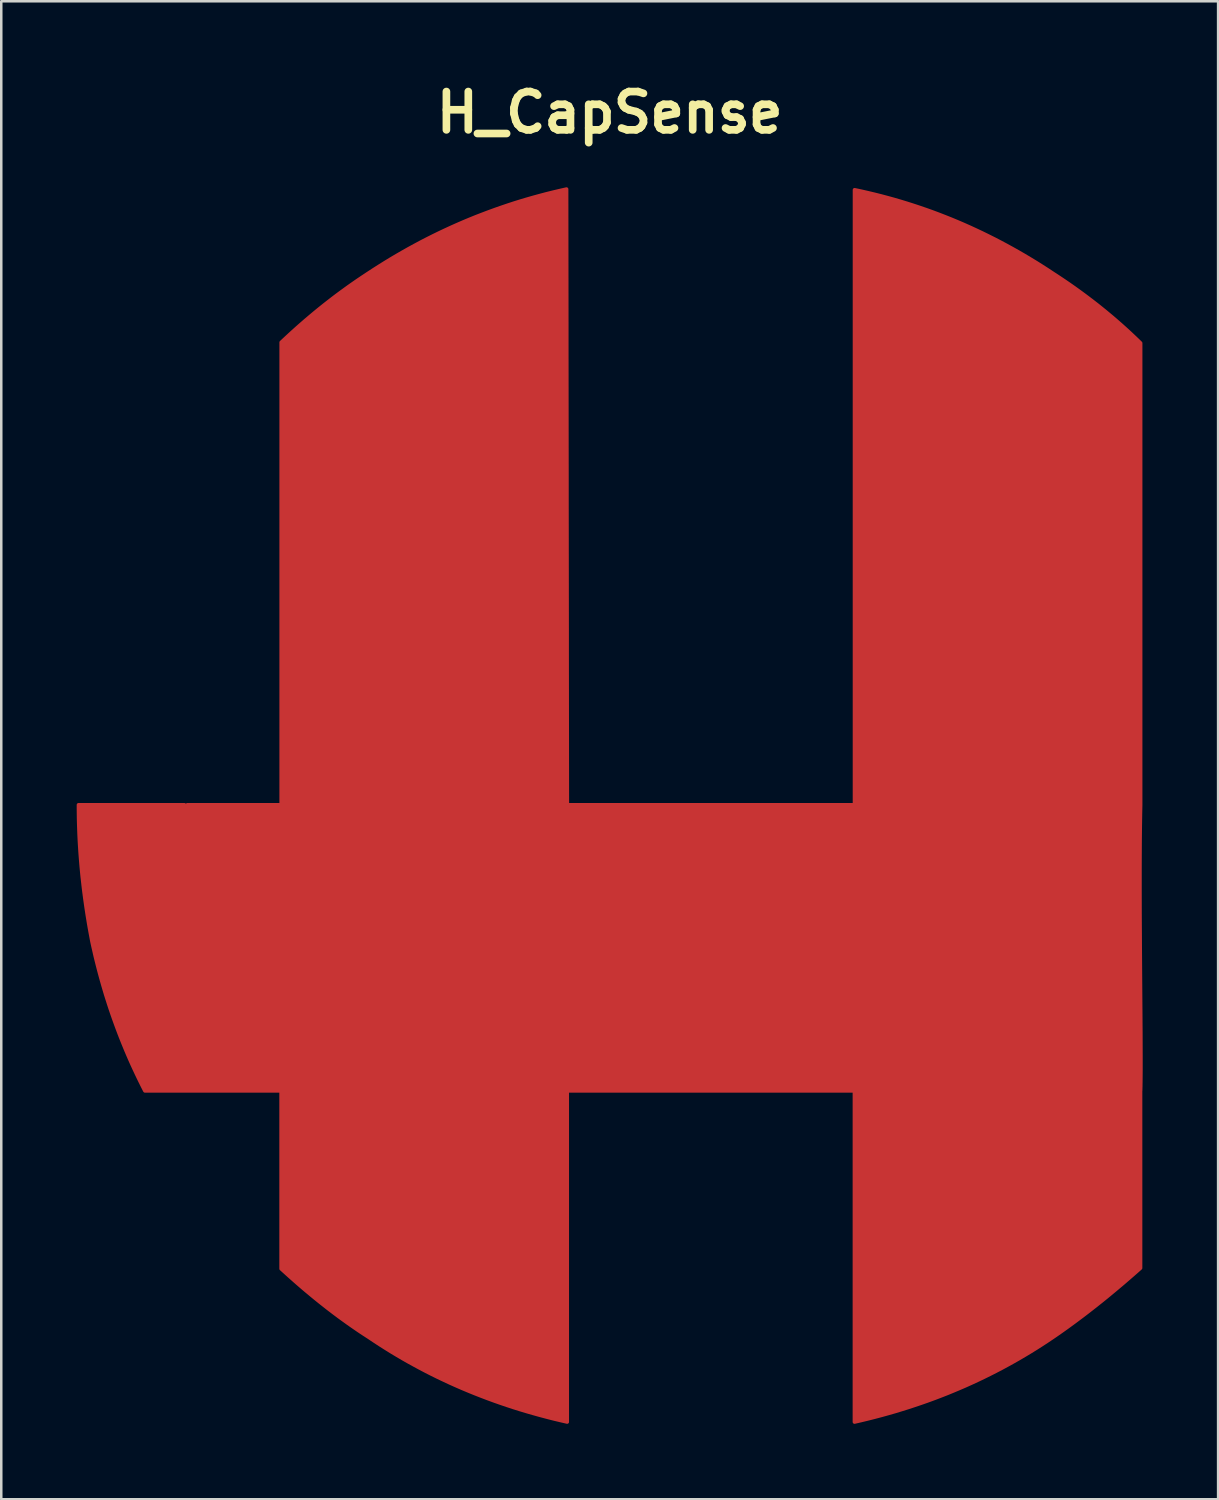
<source format=kicad_pcb>
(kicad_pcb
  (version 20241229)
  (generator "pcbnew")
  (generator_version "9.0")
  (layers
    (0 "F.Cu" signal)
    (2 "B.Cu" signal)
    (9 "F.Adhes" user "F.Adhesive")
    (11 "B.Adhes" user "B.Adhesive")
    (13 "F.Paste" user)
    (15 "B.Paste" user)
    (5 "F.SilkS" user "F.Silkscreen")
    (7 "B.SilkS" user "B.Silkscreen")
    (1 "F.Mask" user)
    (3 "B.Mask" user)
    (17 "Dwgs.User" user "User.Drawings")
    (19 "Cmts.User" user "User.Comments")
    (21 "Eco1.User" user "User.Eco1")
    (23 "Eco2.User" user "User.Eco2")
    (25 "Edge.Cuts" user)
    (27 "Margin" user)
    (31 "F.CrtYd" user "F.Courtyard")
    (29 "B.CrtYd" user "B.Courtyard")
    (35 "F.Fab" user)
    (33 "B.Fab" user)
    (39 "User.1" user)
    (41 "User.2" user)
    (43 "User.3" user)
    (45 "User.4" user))
  (footprint "H_CapSense"
    (layer "F.Cu")
    (at 21.202 28.993)
    (property "Reference" "H_CapSense" (at 0 -27.567 0) (layer "F.SilkS") (effects (font (size 1.524 1.524) (thickness 0.305))))
    (attr smd)
    (fp_poly (pts (xy 21.113 11.347) (xy 21.113 11.567) (xy 21.113 11.787) (xy 21.113 12.008) (xy 21.113 12.228) (xy 21.113 12.448) (xy 21.113 12.669) (xy 21.113 12.889) (xy 21.113 13.109) (xy 21.113 13.329) (xy 21.113 13.55) (xy 21.113 13.77) (xy 21.113 13.99) (xy 21.113 14.211) (xy 21.113 14.431) (xy 21.113 14.651) (xy 21.113 14.871) (xy 21.113 15.092) (xy 21.113 15.312) (xy 21.113 15.532) (xy 21.113 15.753) (xy 21.113 15.973) (xy 21.113 16.193) (xy 21.113 16.413) (xy 21.113 16.634) (xy 21.113 16.854) (xy 21.113 17.074) (xy 21.113 17.295) (xy 21.113 17.515) (xy 21.113 17.735) (xy 21.113 17.956) (xy 21.113 18.176) (xy 21.113 18.396) (xy 21.001 18.496) (xy 20.889 18.594) (xy 20.777 18.692) (xy 20.665 18.789) (xy 20.554 18.885) (xy 20.443 18.981) (xy 20.332 19.075) (xy 20.221 19.168) (xy 20.111 19.261) (xy 20 19.353) (xy 19.89 19.444) (xy 19.781 19.534) (xy 19.671 19.623) (xy 19.562 19.711) (xy 19.452 19.798) (xy 19.344 19.885) (xy 19.235 19.97) (xy 19.126 20.055) (xy 19.018 20.139) (xy 18.91 20.222) (xy 18.802 20.304) (xy 18.694 20.385) (xy 18.587 20.465) (xy 18.48 20.545) (xy 18.373 20.623) (xy 18.266 20.701) (xy 18.16 20.778) (xy 18.053 20.854) (xy 17.947 20.929) (xy 17.841 21.003) (xy 17.736 21.076) (xy 17.63 21.148) (xy 17.41 21.296) (xy 17.188 21.441) (xy 16.964 21.584) (xy 16.739 21.723) (xy 16.512 21.86) (xy 16.283 21.994) (xy 16.053 22.125) (xy 15.82 22.254) (xy 15.587 22.38) (xy 15.351 22.503) (xy 15.114 22.623) (xy 14.875 22.741) (xy 14.634 22.856) (xy 14.392 22.968) (xy 14.148 23.078) (xy 13.902 23.184) (xy 13.654 23.288) (xy 13.405 23.39) (xy 13.154 23.488) (xy 12.902 23.584) (xy 12.648 23.677) (xy 12.392 23.767) (xy 12.134 23.854) (xy 11.875 23.939) (xy 11.613 24.021) (xy 11.351 24.101) (xy 11.086 24.177) (xy 10.82 24.251) (xy 10.552 24.322) (xy 10.283 24.39) (xy 10.011 24.456) (xy 9.738 24.519) (xy 9.738 24.107) (xy 9.738 23.695) (xy 9.738 23.284) (xy 9.738 22.872) (xy 9.738 22.46) (xy 9.738 22.049) (xy 9.738 21.637) (xy 9.738 21.225) (xy 9.738 20.814) (xy 9.738 20.402) (xy 9.738 19.991) (xy 9.738 19.579) (xy 9.738 19.167) (xy 9.738 18.756) (xy 9.738 18.344) (xy 9.738 17.932) (xy 9.738 17.521) (xy 9.738 17.109) (xy 9.738 16.697) (xy 9.738 16.286) (xy 9.738 15.874) (xy 9.738 15.463) (xy 9.738 15.051) (xy 9.738 14.639) (xy 9.738 14.228) (xy 9.738 13.816) (xy 9.738 13.404) (xy 9.738 12.993) (xy 9.738 12.581) (xy 9.738 12.169) (xy 9.738 11.758) (xy 9.738 11.346) (xy 9.381 11.346) (xy 9.024 11.346) (xy 8.667 11.346) (xy 8.31 11.346) (xy 7.952 11.346) (xy 7.595 11.346) (xy 7.238 11.346) (xy 6.881 11.346) (xy 6.523 11.346) (xy 6.166 11.346) (xy 5.809 11.346) (xy 5.452 11.346) (xy 5.095 11.346) (xy 4.737 11.346) (xy 4.38 11.346) (xy 4.023 11.346) (xy 3.666 11.346) (xy 3.309 11.346) (xy 2.951 11.346) (xy 2.594 11.346) (xy 2.237 11.346) (xy 1.88 11.346) (xy 1.523 11.346) (xy 1.165 11.346) (xy 0.808 11.346) (xy 0.451 11.346) (xy 0.094 11.346) (xy -0.263 11.346) (xy -0.621 11.346) (xy -0.978 11.346) (xy -1.335 11.346) (xy -1.692 11.346) (xy -1.692 11.758) (xy -1.692 12.169) (xy -1.692 12.581) (xy -1.692 12.993) (xy -1.692 13.404) (xy -1.692 13.816) (xy -1.692 14.227) (xy -1.692 14.639) (xy -1.692 15.051) (xy -1.692 15.462) (xy -1.692 15.874) (xy -1.692 16.286) (xy -1.692 16.697) (xy -1.692 17.109) (xy -1.692 17.52) (xy -1.692 17.932) (xy -1.692 18.344) (xy -1.692 18.755) (xy -1.692 19.167) (xy -1.692 19.579) (xy -1.692 19.99) (xy -1.692 20.402) (xy -1.692 20.813) (xy -1.692 21.225) (xy -1.692 21.637) (xy -1.692 22.048) (xy -1.692 22.46) (xy -1.692 22.872) (xy -1.692 23.283) (xy -1.692 23.695) (xy -1.692 24.106) (xy -1.692 24.518) (xy -1.965 24.455) (xy -2.237 24.39) (xy -2.506 24.321) (xy -2.774 24.25) (xy -3.04 24.176) (xy -3.305 24.1) (xy -3.567 24.021) (xy -3.829 23.939) (xy -4.088 23.854) (xy -4.346 23.766) (xy -4.602 23.676) (xy -4.856 23.583) (xy -5.108 23.487) (xy -5.359 23.389) (xy -5.608 23.288) (xy -5.856 23.184) (xy -6.102 23.077) (xy -6.346 22.968) (xy -6.588 22.855) (xy -6.829 22.741) (xy -7.068 22.623) (xy -7.305 22.503) (xy -7.541 22.379) (xy -7.774 22.253) (xy -8.007 22.125) (xy -8.237 21.994) (xy -8.466 21.859) (xy -8.693 21.723) (xy -8.918 21.583) (xy -9.142 21.441) (xy -9.364 21.296) (xy -9.584 21.148) (xy -9.691 21.079) (xy -9.799 21.009) (xy -9.906 20.938) (xy -10.013 20.866) (xy -10.121 20.792) (xy -10.229 20.718) (xy -10.336 20.643) (xy -10.444 20.567) (xy -10.552 20.489) (xy -10.66 20.411) (xy -10.769 20.332) (xy -10.877 20.251) (xy -10.985 20.17) (xy -11.094 20.087) (xy -11.203 20.004) (xy -11.311 19.919) (xy -11.42 19.833) (xy -11.529 19.747) (xy -11.638 19.659) (xy -11.748 19.57) (xy -11.857 19.48) (xy -11.966 19.389) (xy -12.076 19.298) (xy -12.186 19.205) (xy -12.295 19.111) (xy -12.405 19.016) (xy -12.515 18.92) (xy -12.625 18.822) (xy -12.736 18.724) (xy -12.846 18.625) (xy -12.956 18.525) (xy -13.067 18.424) (xy -13.067 18.202) (xy -13.067 17.981) (xy -13.067 17.76) (xy -13.067 17.539) (xy -13.067 17.318) (xy -13.067 17.097) (xy -13.067 16.875) (xy -13.067 16.654) (xy -13.067 16.433) (xy -13.067 16.212) (xy -13.067 15.991) (xy -13.067 15.77) (xy -13.067 15.548) (xy -13.067 15.327) (xy -13.067 15.106) (xy -13.067 14.885) (xy -13.067 14.664) (xy -13.067 14.442) (xy -13.067 14.221) (xy -13.067 14) (xy -13.067 13.779) (xy -13.067 13.558) (xy -13.067 13.337) (xy -13.067 13.115) (xy -13.067 12.894) (xy -13.067 12.673) (xy -13.067 12.452) (xy -13.067 12.231) (xy -13.067 12.01) (xy -13.067 11.788) (xy -13.067 11.567) (xy -13.067 11.346) (xy -13.236 11.346) (xy -13.406 11.346) (xy -13.575 11.346) (xy -13.744 11.346) (xy -13.914 11.346) (xy -14.083 11.346) (xy -14.253 11.346) (xy -14.422 11.346) (xy -14.591 11.346) (xy -14.761 11.346) (xy -14.93 11.346) (xy -15.099 11.346) (xy -15.269 11.346) (xy -15.438 11.346) (xy -15.608 11.346) (xy -15.777 11.346) (xy -15.946 11.346) (xy -16.116 11.346) (xy -16.285 11.346) (xy -16.455 11.346) (xy -16.624 11.346) (xy -16.793 11.346) (xy -16.963 11.346) (xy -17.132 11.346) (xy -17.301 11.346) (xy -17.471 11.346) (xy -17.64 11.346) (xy -17.81 11.346) (xy -17.979 11.346) (xy -18.148 11.346) (xy -18.318 11.346) (xy -18.487 11.346) (xy -18.576 11.172) (xy -18.663 10.997) (xy -18.749 10.821) (xy -18.833 10.645) (xy -18.916 10.468) (xy -18.998 10.29) (xy -19.078 10.111) (xy -19.156 9.931) (xy -19.233 9.751) (xy -19.308 9.57) (xy -19.382 9.388) (xy -19.455 9.206) (xy -19.526 9.022) (xy -19.595 8.838) (xy -19.663 8.653) (xy -19.73 8.467) (xy -19.795 8.281) (xy -19.859 8.094) (xy -19.921 7.906) (xy -19.981 7.717) (xy -20.041 7.528) (xy -20.098 7.337) (xy -20.154 7.146) (xy -20.209 6.954) (xy -20.262 6.762) (xy -20.314 6.568) (xy -20.364 6.374) (xy -20.413 6.179) (xy -20.461 5.984) (xy -20.506 5.787) (xy -20.551 5.59) (xy -20.594 5.392) (xy -20.626 5.22) (xy -20.658 5.048) (xy -20.689 4.877) (xy -20.719 4.705) (xy -20.747 4.534) (xy -20.775 4.363) (xy -20.801 4.192) (xy -20.827 4.021) (xy -20.851 3.85) (xy -20.875 3.68) (xy -20.897 3.51) (xy -20.919 3.34) (xy -20.939 3.17) (xy -20.958 3) (xy -20.977 2.83) (xy -20.994 2.661) (xy -21.01 2.491) (xy -21.025 2.322) (xy -21.039 2.153) (xy -21.052 1.985) (xy -21.064 1.816) (xy -21.075 1.647) (xy -21.085 1.479) (xy -21.094 1.311) (xy -21.102 1.143) (xy -21.108 0.975) (xy -21.114 0.808) (xy -21.119 0.64) (xy -21.123 0.473) (xy -21.125 0.305) (xy -21.127 0.138) (xy -21.127 -0.028) (xy -20.996 -0.028) (xy -20.864 -0.028) (xy -20.732 -0.028) (xy -20.601 -0.028) (xy -20.469 -0.028) (xy -20.337 -0.028) (xy -20.206 -0.028) (xy -20.074 -0.028) (xy -19.942 -0.028) (xy -19.811 -0.028) (xy -19.679 -0.028) (xy -19.547 -0.028) (xy -19.416 -0.028) (xy -19.284 -0.028) (xy -19.153 -0.028) (xy -19.021 -0.028) (xy -18.889 -0.028) (xy -18.758 -0.028) (xy -18.626 -0.028) (xy -18.494 -0.028) (xy -18.363 -0.028) (xy -18.231 -0.028) (xy -18.099 -0.028) (xy -17.968 -0.028) (xy -17.836 -0.028) (xy -17.704 -0.028) (xy -17.573 -0.028) (xy -17.441 -0.028) (xy -17.309 -0.028) (xy -17.178 -0.028) (xy -17.046 -0.028) (xy -16.915 -0.028) (xy -16.913 -0.025) (xy -16.911 -0.022) (xy -16.909 -0.019) (xy -16.907 -0.016) (xy -16.906 -0.013) (xy -16.904 -0.01) (xy -16.902 -0.007) (xy -16.9 -0.004) (xy -16.898 -0.001) (xy -16.897 0.002) (xy -16.895 0.005) (xy -16.893 0.008) (xy -16.891 0.011) (xy -16.889 0.014) (xy -16.888 0.017) (xy -16.886 0.02) (xy -16.884 0.023) (xy -16.882 0.026) (xy -16.88 0.029) (xy -16.879 0.032) (xy -16.877 0.035) (xy -16.875 0.038) (xy -16.873 0.041) (xy -16.871 0.044) (xy -16.87 0.047) (xy -16.868 0.05) (xy -16.866 0.053) (xy -16.864 0.056) (xy -16.862 0.059) (xy -16.861 0.062) (xy -16.859 0.065) (xy -16.857 0.068) (xy -16.855 0.065) (xy -16.853 0.062) (xy -16.852 0.059) (xy -16.85 0.056) (xy -16.848 0.053) (xy -16.846 0.05) (xy -16.844 0.047) (xy -16.843 0.044) (xy -16.841 0.041) (xy -16.839 0.038) (xy -16.837 0.035) (xy -16.835 0.032) (xy -16.834 0.029) (xy -16.832 0.026) (xy -16.83 0.023) (xy -16.828 0.02) (xy -16.826 0.017) (xy -16.825 0.014) (xy -16.823 0.011) (xy -16.821 0.008) (xy -16.819 0.005) (xy -16.817 0.002) (xy -16.816 -0.001) (xy -16.814 -0.004) (xy -16.812 -0.007) (xy -16.81 -0.01) (xy -16.808 -0.013) (xy -16.807 -0.016) (xy -16.805 -0.019) (xy -16.803 -0.022) (xy -16.801 -0.025) (xy -16.799 -0.028) (xy -16.683 -0.028) (xy -16.566 -0.028) (xy -16.449 -0.028) (xy -16.332 -0.028) (xy -16.216 -0.028) (xy -16.099 -0.028) (xy -15.982 -0.028) (xy -15.865 -0.028) (xy -15.749 -0.028) (xy -15.632 -0.028) (xy -15.515 -0.028) (xy -15.399 -0.028) (xy -15.282 -0.028) (xy -15.165 -0.028) (xy -15.048 -0.028) (xy -14.932 -0.028) (xy -14.815 -0.028) (xy -14.698 -0.028) (xy -14.581 -0.028) (xy -14.465 -0.028) (xy -14.348 -0.028) (xy -14.231 -0.028) (xy -14.115 -0.028) (xy -13.998 -0.028) (xy -13.881 -0.028) (xy -13.764 -0.028) (xy -13.648 -0.028) (xy -13.531 -0.028) (xy -13.414 -0.028) (xy -13.297 -0.028) (xy -13.181 -0.028) (xy -13.064 -0.028) (xy -13.064 -0.603) (xy -13.064 -1.178) (xy -13.064 -1.753) (xy -13.064 -2.328) (xy -13.064 -2.903) (xy -13.064 -3.478) (xy -13.064 -4.052) (xy -13.064 -4.627) (xy -13.064 -5.202) (xy -13.064 -5.777) (xy -13.064 -6.352) (xy -13.064 -6.927) (xy -13.064 -7.502) (xy -13.064 -8.077) (xy -13.064 -8.651) (xy -13.064 -9.226) (xy -13.064 -9.801) (xy -13.064 -10.376) (xy -13.064 -10.951) (xy -13.064 -11.526) (xy -13.064 -12.101) (xy -13.064 -12.675) (xy -13.064 -13.25) (xy -13.064 -13.825) (xy -13.064 -14.4) (xy -13.064 -14.975) (xy -13.064 -15.55) (xy -13.064 -16.125) (xy -13.064 -16.7) (xy -13.064 -17.274) (xy -13.064 -17.849) (xy -13.064 -18.424) (xy -12.96 -18.522) (xy -12.856 -18.619) (xy -12.752 -18.715) (xy -12.648 -18.811) (xy -12.543 -18.905) (xy -12.439 -18.999) (xy -12.334 -19.092) (xy -12.228 -19.184) (xy -12.123 -19.276) (xy -12.017 -19.366) (xy -11.911 -19.456) (xy -11.805 -19.545) (xy -11.699 -19.633) (xy -11.593 -19.72) (xy -11.486 -19.806) (xy -11.379 -19.892) (xy -11.272 -19.976) (xy -11.164 -20.06) (xy -11.057 -20.143) (xy -10.949 -20.226) (xy -10.841 -20.307) (xy -10.732 -20.388) (xy -10.624 -20.467) (xy -10.515 -20.546) (xy -10.406 -20.625) (xy -10.297 -20.702) (xy -10.188 -20.778) (xy -10.078 -20.854) (xy -9.968 -20.929) (xy -9.858 -21.003) (xy -9.748 -21.076) (xy -9.638 -21.149) (xy -9.407 -21.3) (xy -9.175 -21.448) (xy -8.943 -21.593) (xy -8.709 -21.736) (xy -8.474 -21.875) (xy -8.238 -22.011) (xy -8.001 -22.145) (xy -7.763 -22.275) (xy -7.524 -22.403) (xy -7.283 -22.528) (xy -7.042 -22.649) (xy -6.799 -22.768) (xy -6.555 -22.884) (xy -6.311 -22.996) (xy -6.065 -23.106) (xy -5.818 -23.213) (xy -5.57 -23.317) (xy -5.321 -23.418) (xy -5.07 -23.515) (xy -4.819 -23.61) (xy -4.567 -23.702) (xy -4.313 -23.791) (xy -4.059 -23.877) (xy -3.803 -23.961) (xy -3.546 -24.041) (xy -3.288 -24.118) (xy -3.029 -24.192) (xy -2.769 -24.263) (xy -2.508 -24.332) (xy -2.245 -24.397) (xy -1.982 -24.459) (xy -1.718 -24.519) (xy -1.717 -23.753) (xy -1.716 -22.988) (xy -1.715 -22.223) (xy -1.714 -21.457) (xy -1.713 -20.692) (xy -1.712 -19.927) (xy -1.711 -19.161) (xy -1.711 -18.396) (xy -1.71 -17.631) (xy -1.709 -16.865) (xy -1.708 -16.1) (xy -1.707 -15.335) (xy -1.706 -14.569) (xy -1.705 -13.804) (xy -1.704 -13.039) (xy -1.704 -12.273) (xy -1.703 -11.508) (xy -1.702 -10.743) (xy -1.701 -9.978) (xy -1.7 -9.212) (xy -1.699 -8.447) (xy -1.698 -7.682) (xy -1.697 -6.916) (xy -1.697 -6.151) (xy -1.696 -5.386) (xy -1.695 -4.62) (xy -1.694 -3.855) (xy -1.693 -3.09) (xy -1.692 -2.324) (xy -1.691 -1.559) (xy -1.69 -0.794) (xy -1.689 -0.028) (xy -1.332 -0.028) (xy -0.975 -0.028) (xy -0.618 -0.028) (xy -0.261 -0.028) (xy 0.097 -0.028) (xy 0.454 -0.028) (xy 0.811 -0.028) (xy 1.168 -0.028) (xy 1.525 -0.028) (xy 1.883 -0.028) (xy 2.24 -0.028) (xy 2.597 -0.028) (xy 2.954 -0.028) (xy 3.311 -0.028) (xy 3.669 -0.028) (xy 4.026 -0.028) (xy 4.383 -0.028) (xy 4.74 -0.028) (xy 5.097 -0.028) (xy 5.455 -0.028) (xy 5.812 -0.028) (xy 6.169 -0.028) (xy 6.526 -0.028) (xy 6.883 -0.028) (xy 7.241 -0.028) (xy 7.598 -0.028) (xy 7.955 -0.028) (xy 8.312 -0.028) (xy 8.67 -0.028) (xy 9.027 -0.028) (xy 9.384 -0.028) (xy 9.741 -0.028) (xy 9.741 -0.793) (xy 9.741 -1.557) (xy 9.741 -2.322) (xy 9.741 -3.086) (xy 9.741 -3.851) (xy 9.741 -4.615) (xy 9.741 -5.379) (xy 9.741 -6.144) (xy 9.741 -6.908) (xy 9.741 -7.673) (xy 9.741 -8.437) (xy 9.741 -9.202) (xy 9.741 -9.966) (xy 9.741 -10.731) (xy 9.741 -11.495) (xy 9.741 -12.259) (xy 9.741 -13.024) (xy 9.741 -13.788) (xy 9.741 -14.553) (xy 9.741 -15.317) (xy 9.741 -16.082) (xy 9.741 -16.846) (xy 9.741 -17.611) (xy 9.741 -18.375) (xy 9.741 -19.139) (xy 9.741 -19.904) (xy 9.741 -20.668) (xy 9.741 -21.433) (xy 9.741 -22.197) (xy 9.741 -22.962) (xy 9.741 -23.726) (xy 9.741 -24.491) (xy 10.004 -24.435) (xy 10.266 -24.375) (xy 10.527 -24.313) (xy 10.786 -24.248) (xy 11.045 -24.179) (xy 11.303 -24.108) (xy 11.56 -24.033) (xy 11.816 -23.955) (xy 12.071 -23.874) (xy 12.325 -23.79) (xy 12.578 -23.703) (xy 12.83 -23.613) (xy 13.081 -23.519) (xy 13.331 -23.422) (xy 13.58 -23.323) (xy 13.828 -23.22) (xy 14.075 -23.114) (xy 14.321 -23.005) (xy 14.566 -22.892) (xy 14.81 -22.777) (xy 15.053 -22.658) (xy 15.295 -22.537) (xy 15.536 -22.412) (xy 15.776 -22.284) (xy 16.015 -22.153) (xy 16.253 -22.019) (xy 16.49 -21.882) (xy 16.726 -21.741) (xy 16.962 -21.598) (xy 17.196 -21.451) (xy 17.429 -21.301) (xy 17.661 -21.148) (xy 17.78 -21.071) (xy 17.898 -20.993) (xy 18.016 -20.914) (xy 18.133 -20.835) (xy 18.249 -20.756) (xy 18.365 -20.675) (xy 18.479 -20.595) (xy 18.593 -20.513) (xy 18.707 -20.431) (xy 18.819 -20.349) (xy 18.931 -20.266) (xy 19.042 -20.182) (xy 19.153 -20.098) (xy 19.262 -20.014) (xy 19.372 -19.929) (xy 19.48 -19.843) (xy 19.587 -19.757) (xy 19.694 -19.67) (xy 19.8 -19.582) (xy 19.906 -19.494) (xy 20.011 -19.406) (xy 20.115 -19.317) (xy 20.218 -19.227) (xy 20.321 -19.137) (xy 20.422 -19.047) (xy 20.524 -18.955) (xy 20.624 -18.864) (xy 20.724 -18.771) (xy 20.823 -18.678) (xy 20.921 -18.585) (xy 21.019 -18.491) (xy 21.116 -18.396) (xy 21.116 -17.822) (xy 21.116 -17.248) (xy 21.116 -16.674) (xy 21.116 -16.1) (xy 21.116 -15.527) (xy 21.116 -14.953) (xy 21.116 -14.379) (xy 21.116 -13.805) (xy 21.116 -13.231) (xy 21.116 -12.657) (xy 21.116 -12.083) (xy 21.116 -11.509) (xy 21.116 -10.935) (xy 21.116 -10.361) (xy 21.116 -9.787) (xy 21.116 -9.213) (xy 21.116 -8.639) (xy 21.116 -8.065) (xy 21.116 -7.491) (xy 21.116 -6.917) (xy 21.116 -6.343) (xy 21.116 -5.769) (xy 21.116 -5.195) (xy 21.116 -4.621) (xy 21.116 -4.047) (xy 21.116 -3.473) (xy 21.116 -2.899) (xy 21.116 -2.325) (xy 21.116 -1.751) (xy 21.116 -1.177) (xy 21.116 -0.603) (xy 21.116 -0.029) (xy 21.109 0.308) (xy 21.103 0.659) (xy 21.098 1.023) (xy 21.094 1.399) (xy 21.092 1.785) (xy 21.09 2.18) (xy 21.089 2.582) (xy 21.089 2.991) (xy 21.089 3.406) (xy 21.09 3.824) (xy 21.091 4.244) (xy 21.093 4.666) (xy 21.096 5.088) (xy 21.098 5.508) (xy 21.101 5.925) (xy 21.104 6.339) (xy 21.107 6.747) (xy 21.11 7.149) (xy 21.113 7.542) (xy 21.116 7.927) (xy 21.119 8.301) (xy 21.121 8.663) (xy 21.124 9.012) (xy 21.125 9.346) (xy 21.126 9.665) (xy 21.127 9.967) (xy 21.127 10.25) (xy 21.127 10.514) (xy 21.125 10.757) (xy 21.123 10.977) (xy 21.12 11.174) (xy 21.115 11.346) (xy 21.113 11.347)) (stroke (width 0.149) (type solid)) (fill yes) (layer "F.Cu"))
    (fp_poly (pts (xy 21.113 11.347) (xy 21.113 11.567) (xy 21.113 11.787) (xy 21.113 12.008) (xy 21.113 12.228) (xy 21.113 12.448) (xy 21.113 12.669) (xy 21.113 12.889) (xy 21.113 13.109) (xy 21.113 13.329) (xy 21.113 13.55) (xy 21.113 13.77) (xy 21.113 13.99) (xy 21.113 14.211) (xy 21.113 14.431) (xy 21.113 14.651) (xy 21.113 14.871) (xy 21.113 15.092) (xy 21.113 15.312) (xy 21.113 15.532) (xy 21.113 15.753) (xy 21.113 15.973) (xy 21.113 16.193) (xy 21.113 16.413) (xy 21.113 16.634) (xy 21.113 16.854) (xy 21.113 17.074) (xy 21.113 17.295) (xy 21.113 17.515) (xy 21.113 17.735) (xy 21.113 17.956) (xy 21.113 18.176) (xy 21.113 18.396) (xy 21.001 18.496) (xy 20.889 18.594) (xy 20.777 18.692) (xy 20.665 18.789) (xy 20.554 18.885) (xy 20.443 18.981) (xy 20.332 19.075) (xy 20.221 19.168) (xy 20.111 19.261) (xy 20 19.353) (xy 19.89 19.444) (xy 19.781 19.534) (xy 19.671 19.623) (xy 19.562 19.711) (xy 19.452 19.798) (xy 19.344 19.885) (xy 19.235 19.97) (xy 19.126 20.055) (xy 19.018 20.139) (xy 18.91 20.222) (xy 18.802 20.304) (xy 18.694 20.385) (xy 18.587 20.465) (xy 18.48 20.545) (xy 18.373 20.623) (xy 18.266 20.701) (xy 18.16 20.778) (xy 18.053 20.854) (xy 17.947 20.929) (xy 17.841 21.003) (xy 17.736 21.076) (xy 17.63 21.148) (xy 17.41 21.296) (xy 17.188 21.441) (xy 16.964 21.584) (xy 16.739 21.723) (xy 16.512 21.86) (xy 16.283 21.994) (xy 16.053 22.125) (xy 15.82 22.254) (xy 15.587 22.38) (xy 15.351 22.503) (xy 15.114 22.623) (xy 14.875 22.741) (xy 14.634 22.856) (xy 14.392 22.968) (xy 14.148 23.078) (xy 13.902 23.184) (xy 13.654 23.288) (xy 13.405 23.39) (xy 13.154 23.488) (xy 12.902 23.584) (xy 12.648 23.677) (xy 12.392 23.767) (xy 12.134 23.854) (xy 11.875 23.939) (xy 11.613 24.021) (xy 11.351 24.101) (xy 11.086 24.177) (xy 10.82 24.251) (xy 10.552 24.322) (xy 10.283 24.39) (xy 10.011 24.456) (xy 9.738 24.519) (xy 9.738 24.107) (xy 9.738 23.695) (xy 9.738 23.284) (xy 9.738 22.872) (xy 9.738 22.46) (xy 9.738 22.049) (xy 9.738 21.637) (xy 9.738 21.225) (xy 9.738 20.814) (xy 9.738 20.402) (xy 9.738 19.991) (xy 9.738 19.579) (xy 9.738 19.167) (xy 9.738 18.756) (xy 9.738 18.344) (xy 9.738 17.932) (xy 9.738 17.521) (xy 9.738 17.109) (xy 9.738 16.697) (xy 9.738 16.286) (xy 9.738 15.874) (xy 9.738 15.463) (xy 9.738 15.051) (xy 9.738 14.639) (xy 9.738 14.228) (xy 9.738 13.816) (xy 9.738 13.404) (xy 9.738 12.993) (xy 9.738 12.581) (xy 9.738 12.169) (xy 9.738 11.758) (xy 9.738 11.346) (xy 9.381 11.346) (xy 9.024 11.346) (xy 8.667 11.346) (xy 8.31 11.346) (xy 7.952 11.346) (xy 7.595 11.346) (xy 7.238 11.346) (xy 6.881 11.346) (xy 6.523 11.346) (xy 6.166 11.346) (xy 5.809 11.346) (xy 5.452 11.346) (xy 5.095 11.346) (xy 4.737 11.346) (xy 4.38 11.346) (xy 4.023 11.346) (xy 3.666 11.346) (xy 3.309 11.346) (xy 2.951 11.346) (xy 2.594 11.346) (xy 2.237 11.346) (xy 1.88 11.346) (xy 1.523 11.346) (xy 1.165 11.346) (xy 0.808 11.346) (xy 0.451 11.346) (xy 0.094 11.346) (xy -0.263 11.346) (xy -0.621 11.346) (xy -0.978 11.346) (xy -1.335 11.346) (xy -1.692 11.346) (xy -1.692 11.758) (xy -1.692 12.169) (xy -1.692 12.581) (xy -1.692 12.993) (xy -1.692 13.404) (xy -1.692 13.816) (xy -1.692 14.227) (xy -1.692 14.639) (xy -1.692 15.051) (xy -1.692 15.462) (xy -1.692 15.874) (xy -1.692 16.286) (xy -1.692 16.697) (xy -1.692 17.109) (xy -1.692 17.52) (xy -1.692 17.932) (xy -1.692 18.344) (xy -1.692 18.755) (xy -1.692 19.167) (xy -1.692 19.579) (xy -1.692 19.99) (xy -1.692 20.402) (xy -1.692 20.813) (xy -1.692 21.225) (xy -1.692 21.637) (xy -1.692 22.048) (xy -1.692 22.46) (xy -1.692 22.872) (xy -1.692 23.283) (xy -1.692 23.695) (xy -1.692 24.106) (xy -1.692 24.518) (xy -1.965 24.455) (xy -2.237 24.39) (xy -2.506 24.321) (xy -2.774 24.25) (xy -3.04 24.176) (xy -3.305 24.1) (xy -3.567 24.021) (xy -3.829 23.939) (xy -4.088 23.854) (xy -4.346 23.766) (xy -4.602 23.676) (xy -4.856 23.583) (xy -5.108 23.487) (xy -5.359 23.389) (xy -5.608 23.288) (xy -5.856 23.184) (xy -6.102 23.077) (xy -6.346 22.968) (xy -6.588 22.855) (xy -6.829 22.741) (xy -7.068 22.623) (xy -7.305 22.503) (xy -7.541 22.379) (xy -7.774 22.253) (xy -8.007 22.125) (xy -8.237 21.994) (xy -8.466 21.859) (xy -8.693 21.723) (xy -8.918 21.583) (xy -9.142 21.441) (xy -9.364 21.296) (xy -9.584 21.148) (xy -9.691 21.079) (xy -9.799 21.009) (xy -9.906 20.938) (xy -10.013 20.866) (xy -10.121 20.792) (xy -10.229 20.718) (xy -10.336 20.643) (xy -10.444 20.567) (xy -10.552 20.489) (xy -10.66 20.411) (xy -10.769 20.332) (xy -10.877 20.251) (xy -10.985 20.17) (xy -11.094 20.087) (xy -11.203 20.004) (xy -11.311 19.919) (xy -11.42 19.833) (xy -11.529 19.747) (xy -11.638 19.659) (xy -11.748 19.57) (xy -11.857 19.48) (xy -11.966 19.389) (xy -12.076 19.298) (xy -12.186 19.205) (xy -12.295 19.111) (xy -12.405 19.016) (xy -12.515 18.92) (xy -12.625 18.822) (xy -12.736 18.724) (xy -12.846 18.625) (xy -12.956 18.525) (xy -13.067 18.424) (xy -13.067 18.202) (xy -13.067 17.981) (xy -13.067 17.76) (xy -13.067 17.539) (xy -13.067 17.318) (xy -13.067 17.097) (xy -13.067 16.875) (xy -13.067 16.654) (xy -13.067 16.433) (xy -13.067 16.212) (xy -13.067 15.991) (xy -13.067 15.77) (xy -13.067 15.548) (xy -13.067 15.327) (xy -13.067 15.106) (xy -13.067 14.885) (xy -13.067 14.664) (xy -13.067 14.442) (xy -13.067 14.221) (xy -13.067 14) (xy -13.067 13.779) (xy -13.067 13.558) (xy -13.067 13.337) (xy -13.067 13.115) (xy -13.067 12.894) (xy -13.067 12.673) (xy -13.067 12.452) (xy -13.067 12.231) (xy -13.067 12.01) (xy -13.067 11.788) (xy -13.067 11.567) (xy -13.067 11.346) (xy -13.236 11.346) (xy -13.406 11.346) (xy -13.575 11.346) (xy -13.744 11.346) (xy -13.914 11.346) (xy -14.083 11.346) (xy -14.253 11.346) (xy -14.422 11.346) (xy -14.591 11.346) (xy -14.761 11.346) (xy -14.93 11.346) (xy -15.099 11.346) (xy -15.269 11.346) (xy -15.438 11.346) (xy -15.608 11.346) (xy -15.777 11.346) (xy -15.946 11.346) (xy -16.116 11.346) (xy -16.285 11.346) (xy -16.455 11.346) (xy -16.624 11.346) (xy -16.793 11.346) (xy -16.963 11.346) (xy -17.132 11.346) (xy -17.301 11.346) (xy -17.471 11.346) (xy -17.64 11.346) (xy -17.81 11.346) (xy -17.979 11.346) (xy -18.148 11.346) (xy -18.318 11.346) (xy -18.487 11.346) (xy -18.576 11.172) (xy -18.663 10.997) (xy -18.749 10.821) (xy -18.833 10.645) (xy -18.916 10.468) (xy -18.998 10.29) (xy -19.078 10.111) (xy -19.156 9.931) (xy -19.233 9.751) (xy -19.308 9.57) (xy -19.382 9.388) (xy -19.455 9.206) (xy -19.526 9.022) (xy -19.595 8.838) (xy -19.663 8.653) (xy -19.73 8.467) (xy -19.795 8.281) (xy -19.859 8.094) (xy -19.921 7.906) (xy -19.981 7.717) (xy -20.041 7.528) (xy -20.098 7.337) (xy -20.154 7.146) (xy -20.209 6.954) (xy -20.262 6.762) (xy -20.314 6.568) (xy -20.364 6.374) (xy -20.413 6.179) (xy -20.461 5.984) (xy -20.506 5.787) (xy -20.551 5.59) (xy -20.594 5.392) (xy -20.626 5.22) (xy -20.658 5.048) (xy -20.689 4.877) (xy -20.719 4.705) (xy -20.747 4.534) (xy -20.775 4.363) (xy -20.801 4.192) (xy -20.827 4.021) (xy -20.851 3.85) (xy -20.875 3.68) (xy -20.897 3.51) (xy -20.919 3.34) (xy -20.939 3.17) (xy -20.958 3) (xy -20.977 2.83) (xy -20.994 2.661) (xy -21.01 2.491) (xy -21.025 2.322) (xy -21.039 2.153) (xy -21.052 1.985) (xy -21.064 1.816) (xy -21.075 1.647) (xy -21.085 1.479) (xy -21.094 1.311) (xy -21.102 1.143) (xy -21.108 0.975) (xy -21.114 0.808) (xy -21.119 0.64) (xy -21.123 0.473) (xy -21.125 0.305) (xy -21.127 0.138) (xy -21.127 -0.028) (xy -20.996 -0.028) (xy -20.864 -0.028) (xy -20.732 -0.028) (xy -20.601 -0.028) (xy -20.469 -0.028) (xy -20.337 -0.028) (xy -20.206 -0.028) (xy -20.074 -0.028) (xy -19.942 -0.028) (xy -19.811 -0.028) (xy -19.679 -0.028) (xy -19.547 -0.028) (xy -19.416 -0.028) (xy -19.284 -0.028) (xy -19.153 -0.028) (xy -19.021 -0.028) (xy -18.889 -0.028) (xy -18.758 -0.028) (xy -18.626 -0.028) (xy -18.494 -0.028) (xy -18.363 -0.028) (xy -18.231 -0.028) (xy -18.099 -0.028) (xy -17.968 -0.028) (xy -17.836 -0.028) (xy -17.704 -0.028) (xy -17.573 -0.028) (xy -17.441 -0.028) (xy -17.309 -0.028) (xy -17.178 -0.028) (xy -17.046 -0.028) (xy -16.915 -0.028) (xy -16.913 -0.025) (xy -16.911 -0.022) (xy -16.909 -0.019) (xy -16.907 -0.016) (xy -16.906 -0.013) (xy -16.904 -0.01) (xy -16.902 -0.007) (xy -16.9 -0.004) (xy -16.898 -0.001) (xy -16.897 0.002) (xy -16.895 0.005) (xy -16.893 0.008) (xy -16.891 0.011) (xy -16.889 0.014) (xy -16.888 0.017) (xy -16.886 0.02) (xy -16.884 0.023) (xy -16.882 0.026) (xy -16.88 0.029) (xy -16.879 0.032) (xy -16.877 0.035) (xy -16.875 0.038) (xy -16.873 0.041) (xy -16.871 0.044) (xy -16.87 0.047) (xy -16.868 0.05) (xy -16.866 0.053) (xy -16.864 0.056) (xy -16.862 0.059) (xy -16.861 0.062) (xy -16.859 0.065) (xy -16.857 0.068) (xy -16.855 0.065) (xy -16.853 0.062) (xy -16.852 0.059) (xy -16.85 0.056) (xy -16.848 0.053) (xy -16.846 0.05) (xy -16.844 0.047) (xy -16.843 0.044) (xy -16.841 0.041) (xy -16.839 0.038) (xy -16.837 0.035) (xy -16.835 0.032) (xy -16.834 0.029) (xy -16.832 0.026) (xy -16.83 0.023) (xy -16.828 0.02) (xy -16.826 0.017) (xy -16.825 0.014) (xy -16.823 0.011) (xy -16.821 0.008) (xy -16.819 0.005) (xy -16.817 0.002) (xy -16.816 -0.001) (xy -16.814 -0.004) (xy -16.812 -0.007) (xy -16.81 -0.01) (xy -16.808 -0.013) (xy -16.807 -0.016) (xy -16.805 -0.019) (xy -16.803 -0.022) (xy -16.801 -0.025) (xy -16.799 -0.028) (xy -16.683 -0.028) (xy -16.566 -0.028) (xy -16.449 -0.028) (xy -16.332 -0.028) (xy -16.216 -0.028) (xy -16.099 -0.028) (xy -15.982 -0.028) (xy -15.865 -0.028) (xy -15.749 -0.028) (xy -15.632 -0.028) (xy -15.515 -0.028) (xy -15.399 -0.028) (xy -15.282 -0.028) (xy -15.165 -0.028) (xy -15.048 -0.028) (xy -14.932 -0.028) (xy -14.815 -0.028) (xy -14.698 -0.028) (xy -14.581 -0.028) (xy -14.465 -0.028) (xy -14.348 -0.028) (xy -14.231 -0.028) (xy -14.115 -0.028) (xy -13.998 -0.028) (xy -13.881 -0.028) (xy -13.764 -0.028) (xy -13.648 -0.028) (xy -13.531 -0.028) (xy -13.414 -0.028) (xy -13.297 -0.028) (xy -13.181 -0.028) (xy -13.064 -0.028) (xy -13.064 -0.603) (xy -13.064 -1.178) (xy -13.064 -1.753) (xy -13.064 -2.328) (xy -13.064 -2.903) (xy -13.064 -3.478) (xy -13.064 -4.052) (xy -13.064 -4.627) (xy -13.064 -5.202) (xy -13.064 -5.777) (xy -13.064 -6.352) (xy -13.064 -6.927) (xy -13.064 -7.502) (xy -13.064 -8.077) (xy -13.064 -8.651) (xy -13.064 -9.226) (xy -13.064 -9.801) (xy -13.064 -10.376) (xy -13.064 -10.951) (xy -13.064 -11.526) (xy -13.064 -12.101) (xy -13.064 -12.675) (xy -13.064 -13.25) (xy -13.064 -13.825) (xy -13.064 -14.4) (xy -13.064 -14.975) (xy -13.064 -15.55) (xy -13.064 -16.125) (xy -13.064 -16.7) (xy -13.064 -17.274) (xy -13.064 -17.849) (xy -13.064 -18.424) (xy -12.96 -18.522) (xy -12.856 -18.619) (xy -12.752 -18.715) (xy -12.648 -18.811) (xy -12.543 -18.905) (xy -12.439 -18.999) (xy -12.334 -19.092) (xy -12.228 -19.184) (xy -12.123 -19.276) (xy -12.017 -19.366) (xy -11.911 -19.456) (xy -11.805 -19.545) (xy -11.699 -19.633) (xy -11.593 -19.72) (xy -11.486 -19.806) (xy -11.379 -19.892) (xy -11.272 -19.976) (xy -11.164 -20.06) (xy -11.057 -20.143) (xy -10.949 -20.226) (xy -10.841 -20.307) (xy -10.732 -20.388) (xy -10.624 -20.467) (xy -10.515 -20.546) (xy -10.406 -20.625) (xy -10.297 -20.702) (xy -10.188 -20.778) (xy -10.078 -20.854) (xy -9.968 -20.929) (xy -9.858 -21.003) (xy -9.748 -21.076) (xy -9.638 -21.149) (xy -9.407 -21.3) (xy -9.175 -21.448) (xy -8.943 -21.593) (xy -8.709 -21.736) (xy -8.474 -21.875) (xy -8.238 -22.011) (xy -8.001 -22.145) (xy -7.763 -22.275) (xy -7.524 -22.403) (xy -7.283 -22.528) (xy -7.042 -22.649) (xy -6.799 -22.768) (xy -6.555 -22.884) (xy -6.311 -22.996) (xy -6.065 -23.106) (xy -5.818 -23.213) (xy -5.57 -23.317) (xy -5.321 -23.418) (xy -5.07 -23.515) (xy -4.819 -23.61) (xy -4.567 -23.702) (xy -4.313 -23.791) (xy -4.059 -23.877) (xy -3.803 -23.961) (xy -3.546 -24.041) (xy -3.288 -24.118) (xy -3.029 -24.192) (xy -2.769 -24.263) (xy -2.508 -24.332) (xy -2.245 -24.397) (xy -1.982 -24.459) (xy -1.718 -24.519) (xy -1.717 -23.753) (xy -1.716 -22.988) (xy -1.715 -22.223) (xy -1.714 -21.457) (xy -1.713 -20.692) (xy -1.712 -19.927) (xy -1.711 -19.161) (xy -1.711 -18.396) (xy -1.71 -17.631) (xy -1.709 -16.865) (xy -1.708 -16.1) (xy -1.707 -15.335) (xy -1.706 -14.569) (xy -1.705 -13.804) (xy -1.704 -13.039) (xy -1.704 -12.273) (xy -1.703 -11.508) (xy -1.702 -10.743) (xy -1.701 -9.978) (xy -1.7 -9.212) (xy -1.699 -8.447) (xy -1.698 -7.682) (xy -1.697 -6.916) (xy -1.697 -6.151) (xy -1.696 -5.386) (xy -1.695 -4.62) (xy -1.694 -3.855) (xy -1.693 -3.09) (xy -1.692 -2.324) (xy -1.691 -1.559) (xy -1.69 -0.794) (xy -1.689 -0.028) (xy -1.332 -0.028) (xy -0.975 -0.028) (xy -0.618 -0.028) (xy -0.261 -0.028) (xy 0.097 -0.028) (xy 0.454 -0.028) (xy 0.811 -0.028) (xy 1.168 -0.028) (xy 1.525 -0.028) (xy 1.883 -0.028) (xy 2.24 -0.028) (xy 2.597 -0.028) (xy 2.954 -0.028) (xy 3.311 -0.028) (xy 3.669 -0.028) (xy 4.026 -0.028) (xy 4.383 -0.028) (xy 4.74 -0.028) (xy 5.097 -0.028) (xy 5.455 -0.028) (xy 5.812 -0.028) (xy 6.169 -0.028) (xy 6.526 -0.028) (xy 6.883 -0.028) (xy 7.241 -0.028) (xy 7.598 -0.028) (xy 7.955 -0.028) (xy 8.312 -0.028) (xy 8.67 -0.028) (xy 9.027 -0.028) (xy 9.384 -0.028) (xy 9.741 -0.028) (xy 9.741 -0.793) (xy 9.741 -1.557) (xy 9.741 -2.322) (xy 9.741 -3.086) (xy 9.741 -3.851) (xy 9.741 -4.615) (xy 9.741 -5.379) (xy 9.741 -6.144) (xy 9.741 -6.908) (xy 9.741 -7.673) (xy 9.741 -8.437) (xy 9.741 -9.202) (xy 9.741 -9.966) (xy 9.741 -10.731) (xy 9.741 -11.495) (xy 9.741 -12.259) (xy 9.741 -13.024) (xy 9.741 -13.788) (xy 9.741 -14.553) (xy 9.741 -15.317) (xy 9.741 -16.082) (xy 9.741 -16.846) (xy 9.741 -17.611) (xy 9.741 -18.375) (xy 9.741 -19.139) (xy 9.741 -19.904) (xy 9.741 -20.668) (xy 9.741 -21.433) (xy 9.741 -22.197) (xy 9.741 -22.962) (xy 9.741 -23.726) (xy 9.741 -24.491) (xy 10.004 -24.435) (xy 10.266 -24.375) (xy 10.527 -24.313) (xy 10.786 -24.248) (xy 11.045 -24.179) (xy 11.303 -24.108) (xy 11.56 -24.033) (xy 11.816 -23.955) (xy 12.071 -23.874) (xy 12.325 -23.79) (xy 12.578 -23.703) (xy 12.83 -23.613) (xy 13.081 -23.519) (xy 13.331 -23.422) (xy 13.58 -23.323) (xy 13.828 -23.22) (xy 14.075 -23.114) (xy 14.321 -23.005) (xy 14.566 -22.892) (xy 14.81 -22.777) (xy 15.053 -22.658) (xy 15.295 -22.537) (xy 15.536 -22.412) (xy 15.776 -22.284) (xy 16.015 -22.153) (xy 16.253 -22.019) (xy 16.49 -21.882) (xy 16.726 -21.741) (xy 16.962 -21.598) (xy 17.196 -21.451) (xy 17.429 -21.301) (xy 17.661 -21.148) (xy 17.78 -21.071) (xy 17.898 -20.993) (xy 18.016 -20.914) (xy 18.133 -20.835) (xy 18.249 -20.756) (xy 18.365 -20.675) (xy 18.479 -20.595) (xy 18.593 -20.513) (xy 18.707 -20.431) (xy 18.819 -20.349) (xy 18.931 -20.266) (xy 19.042 -20.182) (xy 19.153 -20.098) (xy 19.262 -20.014) (xy 19.372 -19.929) (xy 19.48 -19.843) (xy 19.587 -19.757) (xy 19.694 -19.67) (xy 19.8 -19.582) (xy 19.906 -19.494) (xy 20.011 -19.406) (xy 20.115 -19.317) (xy 20.218 -19.227) (xy 20.321 -19.137) (xy 20.422 -19.047) (xy 20.524 -18.955) (xy 20.624 -18.864) (xy 20.724 -18.771) (xy 20.823 -18.678) (xy 20.921 -18.585) (xy 21.019 -18.491) (xy 21.116 -18.396) (xy 21.116 -17.822) (xy 21.116 -17.248) (xy 21.116 -16.674) (xy 21.116 -16.1) (xy 21.116 -15.527) (xy 21.116 -14.953) (xy 21.116 -14.379) (xy 21.116 -13.805) (xy 21.116 -13.231) (xy 21.116 -12.657) (xy 21.116 -12.083) (xy 21.116 -11.509) (xy 21.116 -10.935) (xy 21.116 -10.361) (xy 21.116 -9.787) (xy 21.116 -9.213) (xy 21.116 -8.639) (xy 21.116 -8.065) (xy 21.116 -7.491) (xy 21.116 -6.917) (xy 21.116 -6.343) (xy 21.116 -5.769) (xy 21.116 -5.195) (xy 21.116 -4.621) (xy 21.116 -4.047) (xy 21.116 -3.473) (xy 21.116 -2.899) (xy 21.116 -2.325) (xy 21.116 -1.751) (xy 21.116 -1.177) (xy 21.116 -0.603) (xy 21.116 -0.029) (xy 21.109 0.308) (xy 21.103 0.659) (xy 21.098 1.023) (xy 21.094 1.399) (xy 21.092 1.785) (xy 21.09 2.18) (xy 21.089 2.582) (xy 21.089 2.991) (xy 21.089 3.406) (xy 21.09 3.824) (xy 21.091 4.244) (xy 21.093 4.666) (xy 21.096 5.088) (xy 21.098 5.508) (xy 21.101 5.925) (xy 21.104 6.339) (xy 21.107 6.747) (xy 21.11 7.149) (xy 21.113 7.542) (xy 21.116 7.927) (xy 21.119 8.301) (xy 21.121 8.663) (xy 21.124 9.012) (xy 21.125 9.346) (xy 21.126 9.665) (xy 21.127 9.967) (xy 21.127 10.25) (xy 21.127 10.514) (xy 21.125 10.757) (xy 21.123 10.977) (xy 21.12 11.174) (xy 21.115 11.346) (xy 21.113 11.347)) (stroke (width 0.149) (type solid)) (fill yes) (layer "F.Mask"))
    (pad "1" smd circle (at 3.81 1.27) (size 1.524 1.524) (layers "F.Cu" "F.Mask" "F.Paste")))
  (gr_rect
    (start -3 -3)
    (end 45.403 56.586)
    (stroke (width 0.1) (type default))
    (fill no)
    (layer "Edge.Cuts")))
</source>
